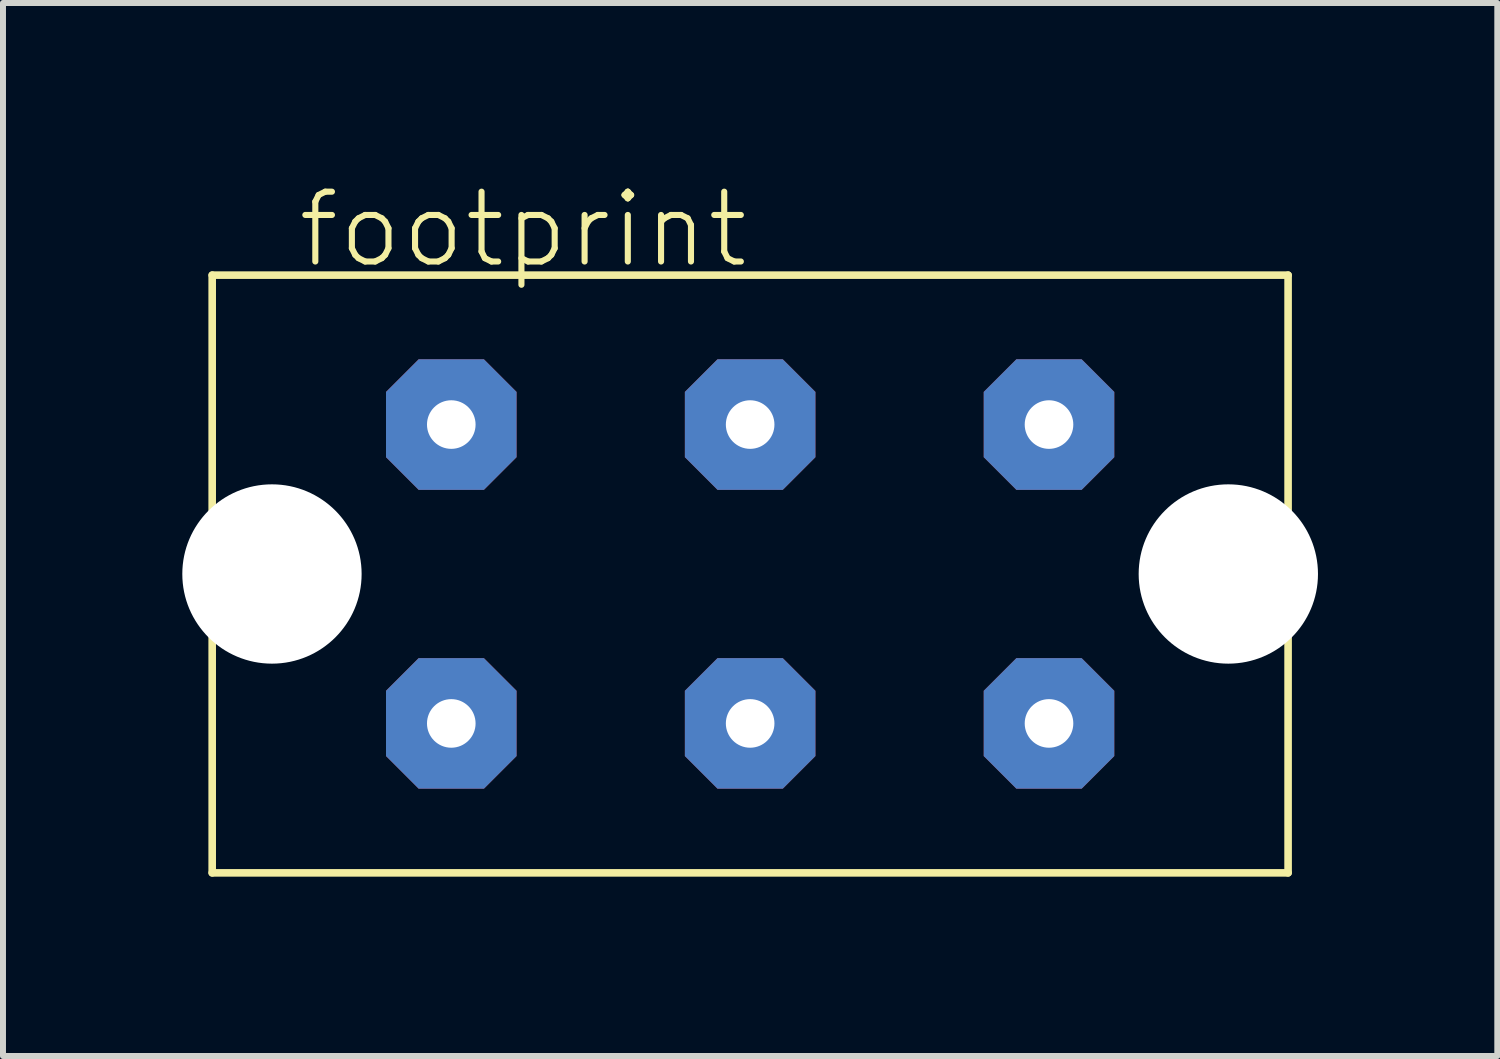
<source format=kicad_pcb>
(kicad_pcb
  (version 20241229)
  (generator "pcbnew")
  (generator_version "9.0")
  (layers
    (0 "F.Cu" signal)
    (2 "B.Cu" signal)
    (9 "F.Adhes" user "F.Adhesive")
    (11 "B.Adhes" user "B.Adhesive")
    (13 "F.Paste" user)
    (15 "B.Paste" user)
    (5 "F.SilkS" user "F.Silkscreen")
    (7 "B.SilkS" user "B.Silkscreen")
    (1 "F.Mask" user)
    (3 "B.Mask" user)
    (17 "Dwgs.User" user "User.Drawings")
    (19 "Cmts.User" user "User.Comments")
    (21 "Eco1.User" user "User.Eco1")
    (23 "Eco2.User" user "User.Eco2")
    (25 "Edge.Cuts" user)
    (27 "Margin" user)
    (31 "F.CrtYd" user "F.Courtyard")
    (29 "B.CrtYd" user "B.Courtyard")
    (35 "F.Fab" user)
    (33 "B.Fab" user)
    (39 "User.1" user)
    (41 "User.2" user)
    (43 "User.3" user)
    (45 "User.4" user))
  (footprint "footprint"
    (layer "F.Cu")
    (at 9.5 6.553)
    (property "Reference" "footprint" (at -7.62 -5.08 0) (layer "F.SilkS") (effects (font (size 1.168 1.168) (thickness 0.102)) (justify left bottom)))
    (fp_line (start -9 -5) (end 9 -5) (stroke (width 0.127) (type solid)) (layer "F.SilkS"))
    (fp_line (start -9 5) (end -9 -5) (stroke (width 0.127) (type solid)) (layer "F.SilkS"))
    (fp_line (start 9 -5) (end 9 5) (stroke (width 0.127) (type solid)) (layer "F.SilkS"))
    (fp_line (start 9 5) (end -9 5) (stroke (width 0.127) (type solid)) (layer "F.SilkS"))
    (pad "" np_thru_hole circle (at -8 0) (size 3 3) (drill 3) (layers "*.Cu" "*.Mask"))
    (pad "" np_thru_hole circle (at 8 0) (size 3 3) (drill 3) (layers "*.Cu" "*.Mask"))
    (pad "1" thru_hole roundrect (at 5 -2.5) (size 2.184 2.184) (drill 0.813) (layers "*.Cu" "*.Mask") (roundrect_rratio 0.25) (chamfer_ratio 0.25) (chamfer top_left top_right bottom_left bottom_right))
    (pad "2" thru_hole roundrect (at 5 2.5) (size 2.184 2.184) (drill 0.813) (layers "*.Cu" "*.Mask") (roundrect_rratio 0.25) (chamfer_ratio 0.25) (chamfer top_left top_right bottom_left bottom_right))
    (pad "3" thru_hole roundrect (at -5 -2.5) (size 2.184 2.184) (drill 0.813) (layers "*.Cu" "*.Mask") (roundrect_rratio 0.25) (chamfer_ratio 0.25) (chamfer top_left top_right bottom_left bottom_right))
    (pad "4" thru_hole roundrect (at -5 2.5) (size 2.184 2.184) (drill 0.813) (layers "*.Cu" "*.Mask") (roundrect_rratio 0.25) (chamfer_ratio 0.25) (chamfer top_left top_right bottom_left bottom_right))
    (pad "5" thru_hole roundrect (at 0 -2.5) (size 2.184 2.184) (drill 0.813) (layers "*.Cu" "*.Mask") (roundrect_rratio 0.25) (chamfer_ratio 0.25) (chamfer top_left top_right bottom_left bottom_right))
    (pad "6" thru_hole roundrect (at 0 2.5) (size 2.184 2.184) (drill 0.813) (layers "*.Cu" "*.Mask") (roundrect_rratio 0.25) (chamfer_ratio 0.25) (chamfer top_left top_right bottom_left bottom_right)))
  (gr_rect
    (start -3 -3)
    (end 22 14.617)
    (stroke (width 0.1) (type default))
    (fill no)
    (layer "Edge.Cuts")))
</source>
